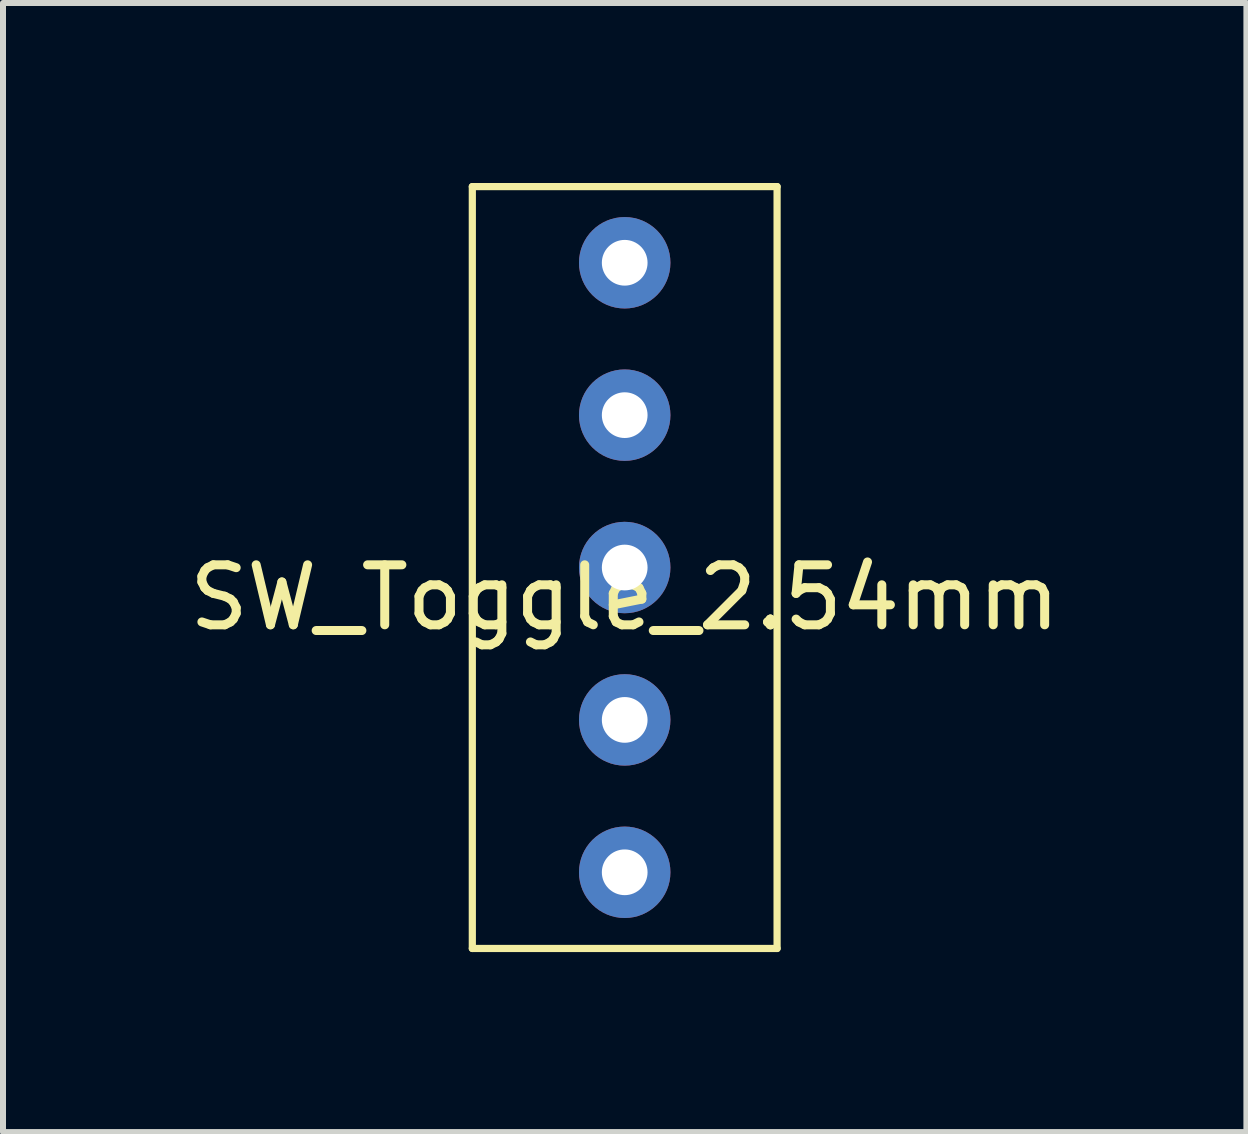
<source format=kicad_pcb>
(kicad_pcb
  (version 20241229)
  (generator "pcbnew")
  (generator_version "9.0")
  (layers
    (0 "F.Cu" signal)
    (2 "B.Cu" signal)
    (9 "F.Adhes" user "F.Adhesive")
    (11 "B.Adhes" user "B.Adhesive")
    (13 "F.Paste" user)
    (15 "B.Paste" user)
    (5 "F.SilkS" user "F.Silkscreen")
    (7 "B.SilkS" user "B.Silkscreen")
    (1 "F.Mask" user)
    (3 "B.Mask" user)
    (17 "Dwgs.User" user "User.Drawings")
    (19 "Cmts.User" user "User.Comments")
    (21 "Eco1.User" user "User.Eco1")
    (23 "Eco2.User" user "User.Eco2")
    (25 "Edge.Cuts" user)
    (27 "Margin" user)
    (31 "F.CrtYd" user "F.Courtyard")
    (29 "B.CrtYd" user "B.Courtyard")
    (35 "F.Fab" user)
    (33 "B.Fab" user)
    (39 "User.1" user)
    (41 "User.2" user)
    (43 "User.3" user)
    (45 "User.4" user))
  (footprint "SW_Toggle_2.54mm"
    (layer "F.Cu")
    (at 7.363 6.41)
    (property "Reference" "SW_Toggle_2.54mm" (at 0 0.5 0) (layer "F.SilkS") (effects (font (size 1 1) (thickness 0.15))))
    (attr through_hole)
    (fp_line (start -2.54 -6.35) (end 2.54 -6.35) (stroke (width 0.12) (type solid)) (layer "F.SilkS"))
    (fp_line (start -2.54 6.35) (end -2.54 -6.35) (stroke (width 0.12) (type solid)) (layer "F.SilkS"))
    (fp_line (start 2.54 -6.35) (end 2.54 6.35) (stroke (width 0.12) (type solid)) (layer "F.SilkS"))
    (fp_line (start 2.54 6.35) (end -2.54 6.35) (stroke (width 0.12) (type solid)) (layer "F.SilkS"))
    (pad "1" thru_hole circle (at 0 -2.54) (size 1.524 1.524) (drill 0.762) (layers "*.Cu" "*.Mask"))
    (pad "2" thru_hole circle (at 0 0) (size 1.524 1.524) (drill 0.762) (layers "*.Cu" "*.Mask"))
    (pad "3" thru_hole circle (at 0 2.54) (size 1.524 1.524) (drill 0.762) (layers "*.Cu" "*.Mask"))
    (pad "4" thru_hole circle (at 0 -5.08) (size 1.524 1.524) (drill 0.762) (layers "*.Cu" "*.Mask"))
    (pad "5" thru_hole circle (at 0 5.08) (size 1.524 1.524) (drill 0.762) (layers "*.Cu" "*.Mask")))
  (gr_rect
    (start -3 -3)
    (end 17.726 15.82)
    (stroke (width 0.1) (type default))
    (fill no)
    (layer "Edge.Cuts")))
</source>
